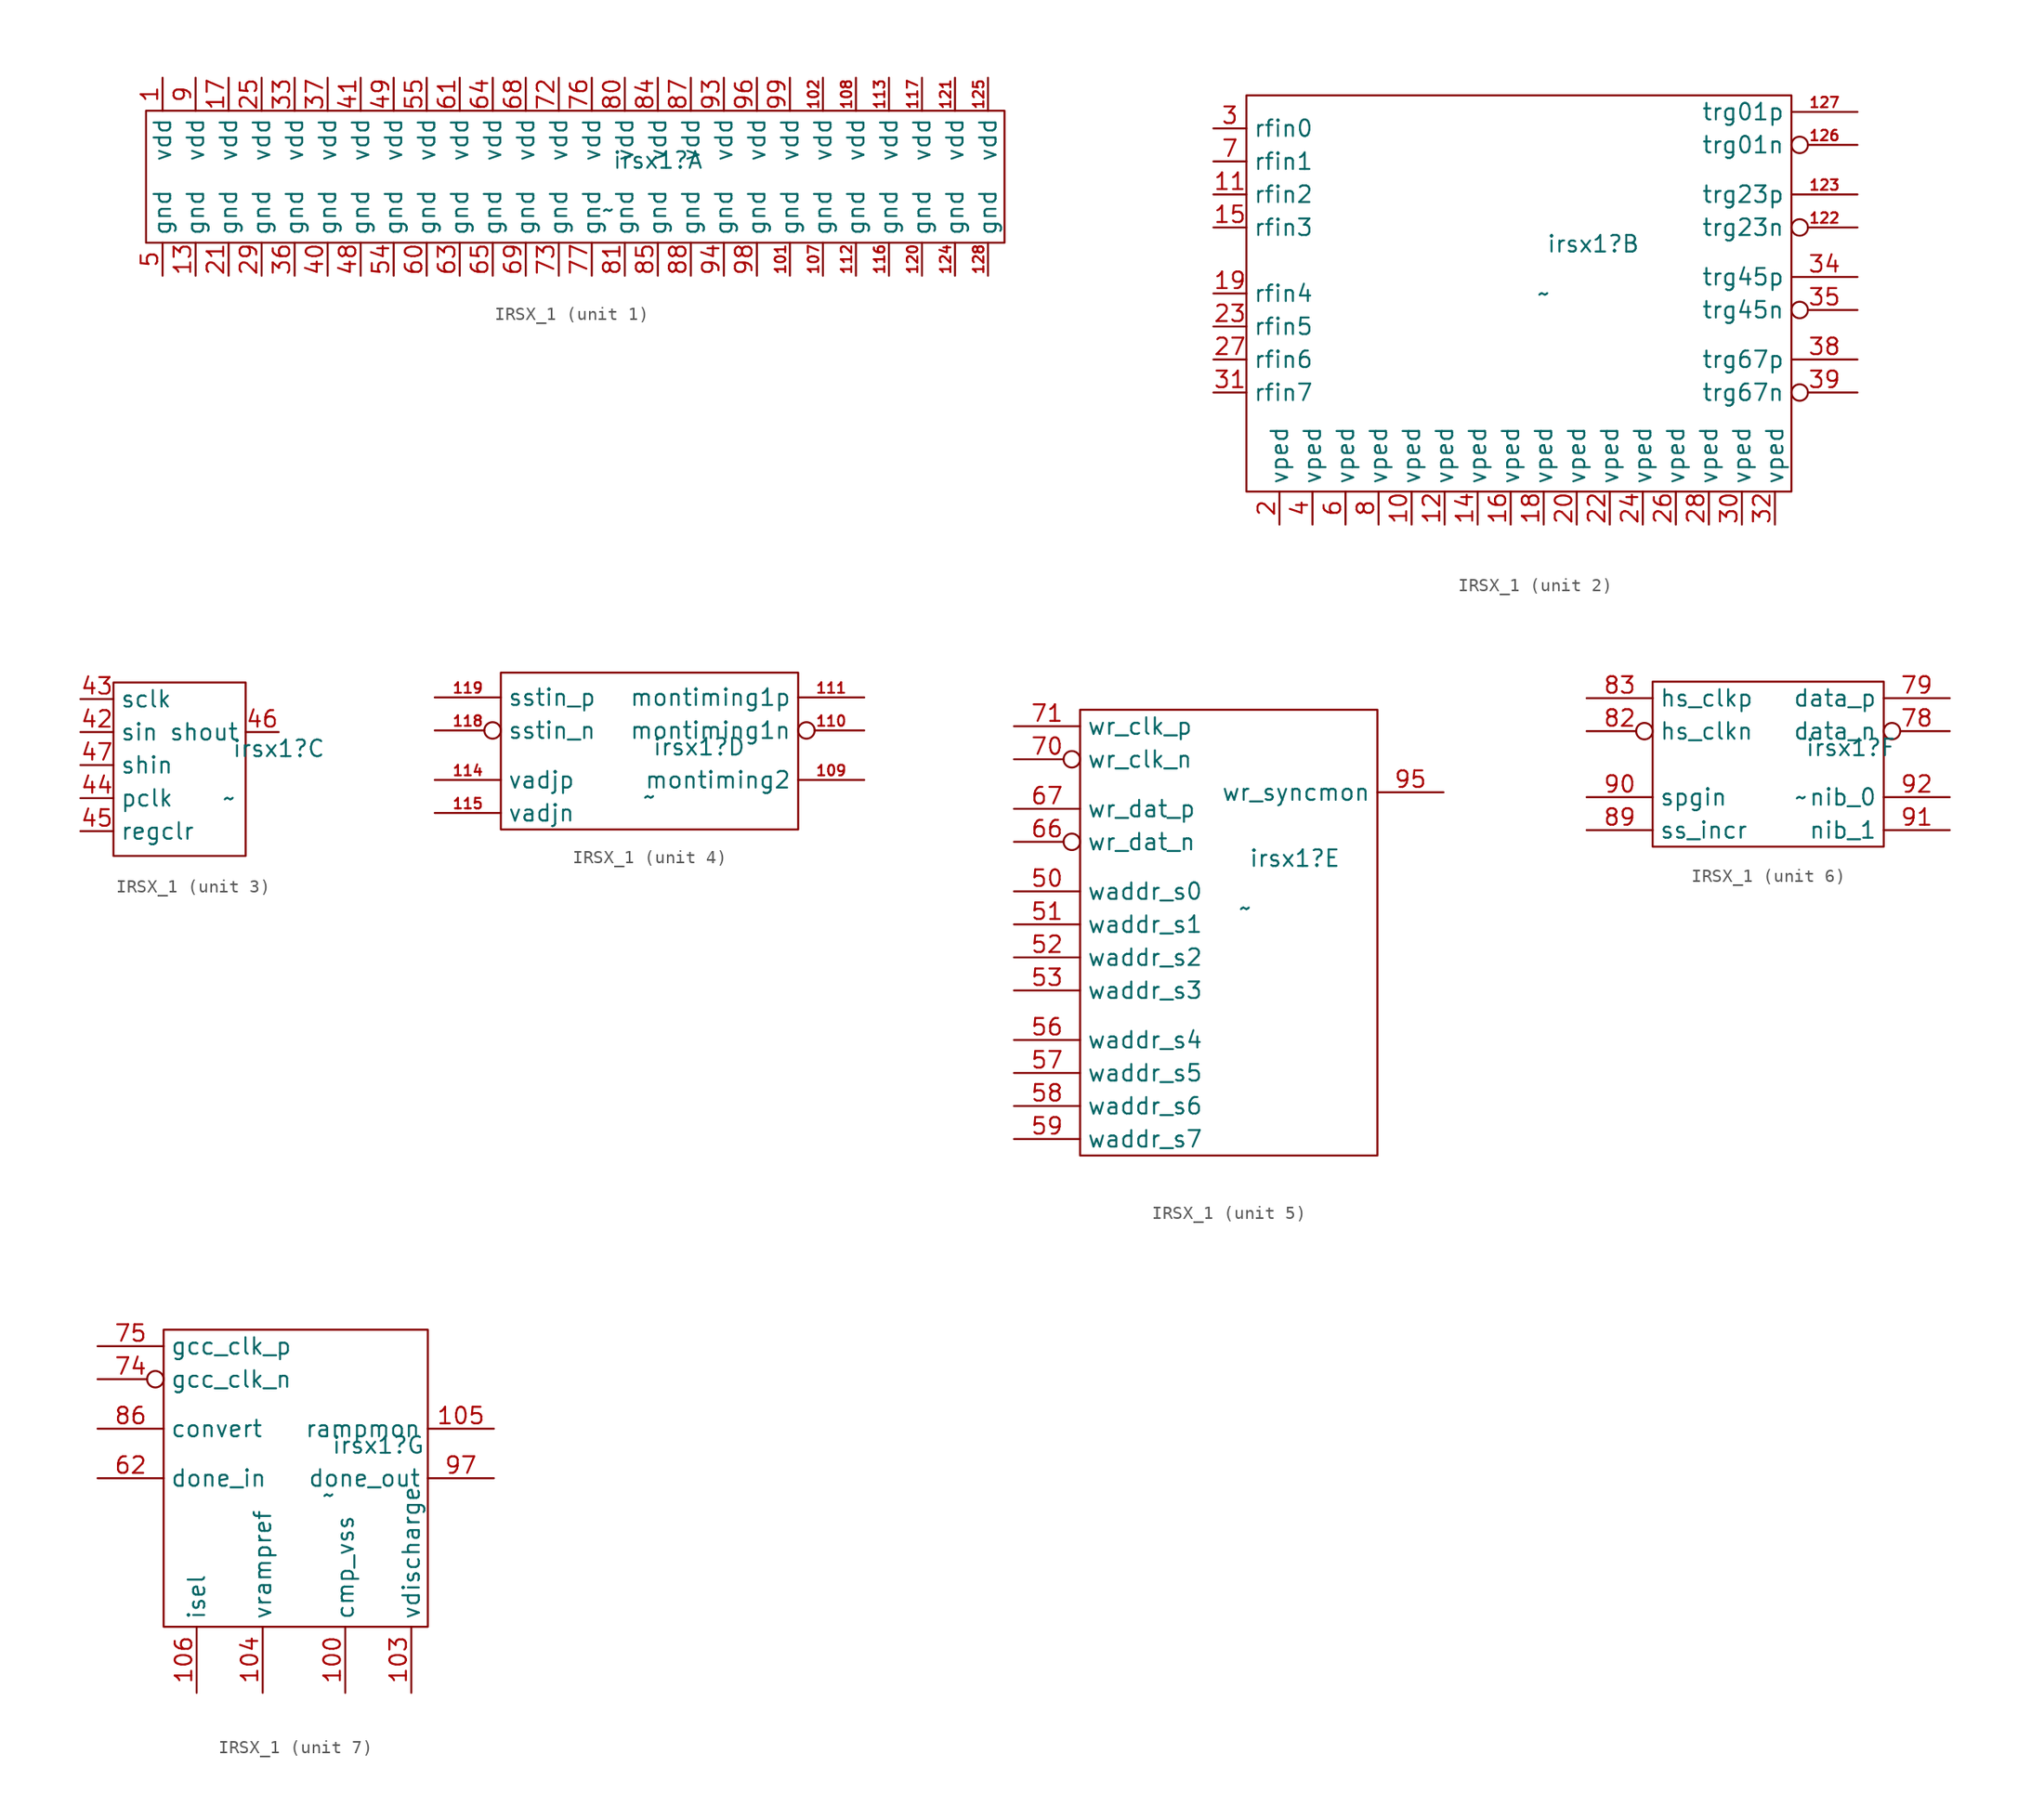
<source format=kicad_sym>
(kicad_symbol_lib
  (version 20241209)
  (generator "kicad_symbol_editor")
  (generator_version "9.0")
  (symbol "IRSX_1"
    (property "Reference" "irsx1"
      (at 6.35 1.27 0)
      (effects (font (size 1.27 1.27))))
    (property "Value" "~"
      (at 2.54 -2.54 0)
      (effects (font (size 1.27 1.27))))
    (property "ki_locked" ""
      (at 0 0 0)
      (effects (font (size 1.27 1.27))))
    (symbol "IRSX_1_1_1"
      (rectangle (start -33.02 5.08) (end 33.02 -5.08) (stroke (width 0) (type default)) (fill (type none)))
      (pin power_in line (at -31.75 7.62 270) (length 2.54) (name "vdd" (effects (font (size 1.27 1.27)))) (number "1" (effects (font (size 1.27 1.27)))))
      (pin power_in line (at -31.75 -7.62 90) (length 2.54) (name "gnd" (effects (font (size 1.27 1.27)))) (number "5" (effects (font (size 1.27 1.27)))))
      (pin power_in line (at -29.21 7.62 270) (length 2.54) (name "vdd" (effects (font (size 1.27 1.27)))) (number "9" (effects (font (size 1.27 1.27)))))
      (pin power_in line (at -29.21 -7.62 90) (length 2.54) (name "gnd" (effects (font (size 1.27 1.27)))) (number "13" (effects (font (size 1.27 1.27)))))
      (pin power_in line (at -26.67 7.62 270) (length 2.54) (name "vdd" (effects (font (size 1.27 1.27)))) (number "17" (effects (font (size 1.27 1.27)))))
      (pin power_in line (at -26.67 -7.62 90) (length 2.54) (name "gnd" (effects (font (size 1.27 1.27)))) (number "21" (effects (font (size 1.27 1.27)))))
      (pin power_in line (at -24.13 7.62 270) (length 2.54) (name "vdd" (effects (font (size 1.27 1.27)))) (number "25" (effects (font (size 1.27 1.27)))))
      (pin power_in line (at -24.13 -7.62 90) (length 2.54) (name "gnd" (effects (font (size 1.27 1.27)))) (number "29" (effects (font (size 1.27 1.27)))))
      (pin power_in line (at -21.59 7.62 270) (length 2.54) (name "vdd" (effects (font (size 1.27 1.27)))) (number "33" (effects (font (size 1.27 1.27)))))
      (pin power_in line (at -21.59 -7.62 90) (length 2.54) (name "gnd" (effects (font (size 1.27 1.27)))) (number "36" (effects (font (size 1.27 1.27)))))
      (pin power_in line (at -19.05 7.62 270) (length 2.54) (name "vdd" (effects (font (size 1.27 1.27)))) (number "37" (effects (font (size 1.27 1.27)))))
      (pin power_in line (at -19.05 -7.62 90) (length 2.54) (name "gnd" (effects (font (size 1.27 1.27)))) (number "40" (effects (font (size 1.27 1.27)))))
      (pin power_in line (at -16.51 7.62 270) (length 2.54) (name "vdd" (effects (font (size 1.27 1.27)))) (number "41" (effects (font (size 1.27 1.27)))))
      (pin power_in line (at -16.51 -7.62 90) (length 2.54) (name "gnd" (effects (font (size 1.27 1.27)))) (number "48" (effects (font (size 1.27 1.27)))))
      (pin power_in line (at -13.97 7.62 270) (length 2.54) (name "vdd" (effects (font (size 1.27 1.27)))) (number "49" (effects (font (size 1.27 1.27)))))
      (pin power_in line (at -13.97 -7.62 90) (length 2.54) (name "gnd" (effects (font (size 1.27 1.27)))) (number "54" (effects (font (size 1.27 1.27)))))
      (pin power_in line (at -11.43 7.62 270) (length 2.54) (name "vdd" (effects (font (size 1.27 1.27)))) (number "55" (effects (font (size 1.27 1.27)))))
      (pin power_in line (at -11.43 -7.62 90) (length 2.54) (name "gnd" (effects (font (size 1.27 1.27)))) (number "60" (effects (font (size 1.27 1.27)))))
      (pin power_in line (at -8.89 7.62 270) (length 2.54) (name "vdd" (effects (font (size 1.27 1.27)))) (number "61" (effects (font (size 1.27 1.27)))))
      (pin power_in line (at -8.89 -7.62 90) (length 2.54) (name "gnd" (effects (font (size 1.27 1.27)))) (number "63" (effects (font (size 1.27 1.27)))))
      (pin power_in line (at -6.35 7.62 270) (length 2.54) (name "vdd" (effects (font (size 1.27 1.27)))) (number "64" (effects (font (size 1.27 1.27)))))
      (pin power_in line (at -6.35 -7.62 90) (length 2.54) (name "gnd" (effects (font (size 1.27 1.27)))) (number "65" (effects (font (size 1.27 1.27)))))
      (pin power_in line (at -3.81 7.62 270) (length 2.54) (name "vdd" (effects (font (size 1.27 1.27)))) (number "68" (effects (font (size 1.27 1.27)))))
      (pin power_in line (at -3.81 -7.62 90) (length 2.54) (name "gnd" (effects (font (size 1.27 1.27)))) (number "69" (effects (font (size 1.27 1.27)))))
      (pin power_in line (at -1.27 7.62 270) (length 2.54) (name "vdd" (effects (font (size 1.27 1.27)))) (number "72" (effects (font (size 1.27 1.27)))))
      (pin power_in line (at -1.27 -7.62 90) (length 2.54) (name "gnd" (effects (font (size 1.27 1.27)))) (number "73" (effects (font (size 1.27 1.27)))))
      (pin power_in line (at 1.27 7.62 270) (length 2.54) (name "vdd" (effects (font (size 1.27 1.27)))) (number "76" (effects (font (size 1.27 1.27)))))
      (pin power_in line (at 1.27 -7.62 90) (length 2.54) (name "gnd" (effects (font (size 1.27 1.27)))) (number "77" (effects (font (size 1.27 1.27)))))
      (pin power_in line (at 3.81 7.62 270) (length 2.54) (name "vdd" (effects (font (size 1.27 1.27)))) (number "80" (effects (font (size 1.27 1.27)))))
      (pin power_in line (at 3.81 -7.62 90) (length 2.54) (name "gnd" (effects (font (size 1.27 1.27)))) (number "81" (effects (font (size 1.27 1.27)))))
      (pin power_in line (at 6.35 7.62 270) (length 2.54) (name "vdd" (effects (font (size 1.27 1.27)))) (number "84" (effects (font (size 1.27 1.27)))))
      (pin power_in line (at 6.35 -7.62 90) (length 2.54) (name "gnd" (effects (font (size 1.27 1.27)))) (number "85" (effects (font (size 1.27 1.27)))))
      (pin power_in line (at 8.89 7.62 270) (length 2.54) (name "vdd" (effects (font (size 1.27 1.27)))) (number "87" (effects (font (size 1.27 1.27)))))
      (pin power_in line (at 8.89 -7.62 90) (length 2.54) (name "gnd" (effects (font (size 1.27 1.27)))) (number "88" (effects (font (size 1.27 1.27)))))
      (pin power_in line (at 11.43 7.62 270) (length 2.54) (name "vdd" (effects (font (size 1.27 1.27)))) (number "93" (effects (font (size 1.27 1.27)))))
      (pin power_in line (at 11.43 -7.62 90) (length 2.54) (name "gnd" (effects (font (size 1.27 1.27)))) (number "94" (effects (font (size 1.27 1.27)))))
      (pin power_in line (at 13.97 7.62 270) (length 2.54) (name "vdd" (effects (font (size 1.27 1.27)))) (number "96" (effects (font (size 1.27 1.27)))))
      (pin power_in line (at 13.97 -7.62 90) (length 2.54) (name "gnd" (effects (font (size 1.27 1.27)))) (number "98" (effects (font (size 1.27 1.27)))))
      (pin power_in line (at 16.51 7.62 270) (length 2.54) (name "vdd" (effects (font (size 1.27 1.27)))) (number "99" (effects (font (size 1.27 1.27)))))
      (pin power_in line (at 16.51 -7.62 90) (length 2.54) (name "gnd" (effects (font (size 1.27 1.27)))) (number "101" (effects (font (size 0.8 0.8)))))
      (pin power_in line (at 19.05 7.62 270) (length 2.54) (name "vdd" (effects (font (size 1.27 1.27)))) (number "102" (effects (font (size 0.8 0.8)))))
      (pin power_in line (at 19.05 -7.62 90) (length 2.54) (name "gnd" (effects (font (size 1.27 1.27)))) (number "107" (effects (font (size 0.8 0.8)))))
      (pin power_in line (at 21.59 7.62 270) (length 2.54) (name "vdd" (effects (font (size 1.27 1.27)))) (number "108" (effects (font (size 0.8 0.8)))))
      (pin power_in line (at 21.59 -7.62 90) (length 2.54) (name "gnd" (effects (font (size 1.27 1.27)))) (number "112" (effects (font (size 0.8 0.8)))))
      (pin power_in line (at 24.13 7.62 270) (length 2.54) (name "vdd" (effects (font (size 1.27 1.27)))) (number "113" (effects (font (size 0.8 0.8)))))
      (pin power_in line (at 24.13 -7.62 90) (length 2.54) (name "gnd" (effects (font (size 1.27 1.27)))) (number "116" (effects (font (size 0.8 0.8)))))
      (pin power_in line (at 26.67 7.62 270) (length 2.54) (name "vdd" (effects (font (size 1.27 1.27)))) (number "117" (effects (font (size 0.8 0.8)))))
      (pin power_in line (at 26.67 -7.62 90) (length 2.54) (name "gnd" (effects (font (size 1.27 1.27)))) (number "120" (effects (font (size 0.8 0.8)))))
      (pin power_in line (at 29.21 7.62 270) (length 2.54) (name "vdd" (effects (font (size 1.27 1.27)))) (number "121" (effects (font (size 0.8 0.8)))))
      (pin power_in line (at 29.21 -7.62 90) (length 2.54) (name "gnd" (effects (font (size 1.27 1.27)))) (number "124" (effects (font (size 0.8 0.8)))))
      (pin power_in line (at 31.75 7.62 270) (length 2.54) (name "vdd" (effects (font (size 1.27 1.27)))) (number "125" (effects (font (size 0.8 0.8)))))
      (pin power_in line (at 31.75 -7.62 90) (length 2.54) (name "gnd" (effects (font (size 1.27 1.27)))) (number "128" (effects (font (size 0.8 0.8))))))
    (symbol "IRSX_1_2_1"
      (rectangle (start -20.32 12.7) (end 21.59 -17.78) (stroke (width 0) (type default)) (fill (type none)))
      (pin input line (at -22.86 10.16 0) (length 2.54) (name "rfin0" (effects (font (size 1.27 1.27)))) (number "3" (effects (font (size 1.27 1.27)))))
      (pin input line (at -22.86 7.62 0) (length 2.54) (name "rfin1" (effects (font (size 1.27 1.27)))) (number "7" (effects (font (size 1.27 1.27)))))
      (pin input line (at -22.86 5.08 0) (length 2.54) (name "rfin2" (effects (font (size 1.27 1.27)))) (number "11" (effects (font (size 1.27 1.27)))))
      (pin input line (at -22.86 2.54 0) (length 2.54) (name "rfin3" (effects (font (size 1.27 1.27)))) (number "15" (effects (font (size 1.27 1.27)))))
      (pin input line (at -22.86 -2.54 0) (length 2.54) (name "rfin4" (effects (font (size 1.27 1.27)))) (number "19" (effects (font (size 1.27 1.27)))))
      (pin input line (at -22.86 -5.08 0) (length 2.54) (name "rfin5" (effects (font (size 1.27 1.27)))) (number "23" (effects (font (size 1.27 1.27)))))
      (pin input line (at -22.86 -7.62 0) (length 2.54) (name "rfin6" (effects (font (size 1.27 1.27)))) (number "27" (effects (font (size 1.27 1.27)))))
      (pin input line (at -22.86 -10.16 0) (length 2.54) (name "rfin7" (effects (font (size 1.27 1.27)))) (number "31" (effects (font (size 1.27 1.27)))))
      (pin input line (at -17.78 -20.32 90) (length 2.54) (name "vped" (effects (font (size 1.27 1.27)))) (number "2" (effects (font (size 1.27 1.27)))))
      (pin input line (at -15.24 -20.32 90) (length 2.54) (name "vped" (effects (font (size 1.27 1.27)))) (number "4" (effects (font (size 1.27 1.27)))))
      (pin input line (at -12.7 -20.32 90) (length 2.54) (name "vped" (effects (font (size 1.27 1.27)))) (number "6" (effects (font (size 1.27 1.27)))))
      (pin input line (at -10.16 -20.32 90) (length 2.54) (name "vped" (effects (font (size 1.27 1.27)))) (number "8" (effects (font (size 1.27 1.27)))))
      (pin input line (at -7.62 -20.32 90) (length 2.54) (name "vped" (effects (font (size 1.27 1.27)))) (number "10" (effects (font (size 1.27 1.27)))))
      (pin input line (at -5.08 -20.32 90) (length 2.54) (name "vped" (effects (font (size 1.27 1.27)))) (number "12" (effects (font (size 1.27 1.27)))))
      (pin input line (at -2.54 -20.32 90) (length 2.54) (name "vped" (effects (font (size 1.27 1.27)))) (number "14" (effects (font (size 1.27 1.27)))))
      (pin input line (at 0 -20.32 90) (length 2.54) (name "vped" (effects (font (size 1.27 1.27)))) (number "16" (effects (font (size 1.27 1.27)))))
      (pin input line (at 2.54 -20.32 90) (length 2.54) (name "vped" (effects (font (size 1.27 1.27)))) (number "18" (effects (font (size 1.27 1.27)))))
      (pin input line (at 5.08 -20.32 90) (length 2.54) (name "vped" (effects (font (size 1.27 1.27)))) (number "20" (effects (font (size 1.27 1.27)))))
      (pin input line (at 7.62 -20.32 90) (length 2.54) (name "vped" (effects (font (size 1.27 1.27)))) (number "22" (effects (font (size 1.27 1.27)))))
      (pin input line (at 10.16 -20.32 90) (length 2.54) (name "vped" (effects (font (size 1.27 1.27)))) (number "24" (effects (font (size 1.27 1.27)))))
      (pin input line (at 12.7 -20.32 90) (length 2.54) (name "vped" (effects (font (size 1.27 1.27)))) (number "26" (effects (font (size 1.27 1.27)))))
      (pin input line (at 15.24 -20.32 90) (length 2.54) (name "vped" (effects (font (size 1.27 1.27)))) (number "28" (effects (font (size 1.27 1.27)))))
      (pin input line (at 17.78 -20.32 90) (length 2.54) (name "vped" (effects (font (size 1.27 1.27)))) (number "30" (effects (font (size 1.27 1.27)))))
      (pin input line (at 20.32 -20.32 90) (length 2.54) (name "vped" (effects (font (size 1.27 1.27)))) (number "32" (effects (font (size 1.27 1.27)))))
      (pin output line (at 26.67 11.43 180) (length 5.08) (name "trg01p" (effects (font (size 1.27 1.27)))) (number "127" (effects (font (size 0.8 0.8)))))
      (pin output inverted (at 26.67 8.89 180) (length 5.08) (name "trg01n" (effects (font (size 1.27 1.27)))) (number "126" (effects (font (size 0.8 0.8)))))
      (pin output line (at 26.67 5.08 180) (length 5.08) (name "trg23p" (effects (font (size 1.27 1.27)))) (number "123" (effects (font (size 0.8 0.8)))))
      (pin output inverted (at 26.67 2.54 180) (length 5.08) (name "trg23n" (effects (font (size 1.27 1.27)))) (number "122" (effects (font (size 0.8 0.8)))))
      (pin output line (at 26.67 -1.27 180) (length 5.08) (name "trg45p" (effects (font (size 1.27 1.27)))) (number "34" (effects (font (size 1.27 1.27)))))
      (pin output inverted (at 26.67 -3.81 180) (length 5.08) (name "trg45n" (effects (font (size 1.27 1.27)))) (number "35" (effects (font (size 1.27 1.27)))))
      (pin output line (at 26.67 -7.62 180) (length 5.08) (name "trg67p" (effects (font (size 1.27 1.27)))) (number "38" (effects (font (size 1.27 1.27)))))
      (pin output inverted (at 26.67 -10.16 180) (length 5.08) (name "trg67n" (effects (font (size 1.27 1.27)))) (number "39" (effects (font (size 1.27 1.27))))))
    (symbol "IRSX_1_3_1"
      (rectangle (start -6.35 6.35) (end 3.81 -6.985) (stroke (width 0) (type default)) (fill (type none)))
      (pin input line (at -8.89 5.08 0) (length 2.54) (name "sclk" (effects (font (size 1.27 1.27)))) (number "43" (effects (font (size 1.27 1.27)))))
      (pin input line (at -8.89 2.54 0) (length 2.54) (name "sin" (effects (font (size 1.27 1.27)))) (number "42" (effects (font (size 1.27 1.27)))))
      (pin input line (at -8.89 0 0) (length 2.54) (name "shin" (effects (font (size 1.27 1.27)))) (number "47" (effects (font (size 1.27 1.27)))))
      (pin input line (at -8.89 -2.54 0) (length 2.54) (name "pclk" (effects (font (size 1.27 1.27)))) (number "44" (effects (font (size 1.27 1.27)))))
      (pin input line (at -8.89 -5.08 0) (length 2.54) (name "regclr" (effects (font (size 1.27 1.27)))) (number "45" (effects (font (size 1.27 1.27)))))
      (pin output line (at 6.35 2.54 180) (length 2.54) (name "shout" (effects (font (size 1.27 1.27)))) (number "46" (effects (font (size 1.27 1.27))))))
    (symbol "IRSX_1_4_1"
      (rectangle (start -8.89 6.985) (end 13.97 -5.08) (stroke (width 0) (type default)) (fill (type none)))
      (pin input line (at -13.97 5.08 0) (length 5.08) (name "sstin_p" (effects (font (size 1.27 1.27)))) (number "119" (effects (font (size 0.8 0.8)))))
      (pin input inverted (at -13.97 2.54 0) (length 5.08) (name "sstin_n" (effects (font (size 1.27 1.27)))) (number "118" (effects (font (size 0.8 0.8)))))
      (pin input line (at -13.97 -1.27 0) (length 5.08) (name "vadjp" (effects (font (size 1.27 1.27)))) (number "114" (effects (font (size 0.8 0.8)))))
      (pin input line (at -13.97 -3.81 0) (length 5.08) (name "vadjn" (effects (font (size 1.27 1.27)))) (number "115" (effects (font (size 0.8 0.8)))))
      (pin output line (at 19.05 5.08 180) (length 5.08) (name "montiming1p" (effects (font (size 1.27 1.27)))) (number "111" (effects (font (size 0.8 0.8)))))
      (pin output inverted (at 19.05 2.54 180) (length 5.08) (name "montiming1n" (effects (font (size 1.27 1.27)))) (number "110" (effects (font (size 0.8 0.8)))))
      (pin output line (at 19.05 -1.27 180) (length 5.08) (name "montiming2" (effects (font (size 1.27 1.27)))) (number "109" (effects (font (size 0.8 0.8))))))
    (symbol "IRSX_1_5_1"
      (rectangle (start -10.16 12.7) (end 12.7 -21.59) (stroke (width 0) (type default)) (fill (type none)))
      (pin input line (at -15.24 11.43 0) (length 5.08) (name "wr_clk_p" (effects (font (size 1.27 1.27)))) (number "71" (effects (font (size 1.27 1.27)))))
      (pin input inverted (at -15.24 8.89 0) (length 5.08) (name "wr_clk_n" (effects (font (size 1.27 1.27)))) (number "70" (effects (font (size 1.27 1.27)))))
      (pin input line (at -15.24 5.08 0) (length 5.08) (name "wr_dat_p" (effects (font (size 1.27 1.27)))) (number "67" (effects (font (size 1.27 1.27)))))
      (pin input inverted (at -15.24 2.54 0) (length 5.08) (name "wr_dat_n" (effects (font (size 1.27 1.27)))) (number "66" (effects (font (size 1.27 1.27)))))
      (pin bidirectional line (at -15.24 -1.27 0) (length 5.08) (name "waddr_s0" (effects (font (size 1.27 1.27)))) (number "50" (effects (font (size 1.27 1.27)))))
      (pin bidirectional line (at -15.24 -3.81 0) (length 5.08) (name "waddr_s1" (effects (font (size 1.27 1.27)))) (number "51" (effects (font (size 1.27 1.27)))))
      (pin bidirectional line (at -15.24 -6.35 0) (length 5.08) (name "waddr_s2" (effects (font (size 1.27 1.27)))) (number "52" (effects (font (size 1.27 1.27)))))
      (pin bidirectional line (at -15.24 -8.89 0) (length 5.08) (name "waddr_s3" (effects (font (size 1.27 1.27)))) (number "53" (effects (font (size 1.27 1.27)))))
      (pin bidirectional line (at -15.24 -12.7 0) (length 5.08) (name "waddr_s4" (effects (font (size 1.27 1.27)))) (number "56" (effects (font (size 1.27 1.27)))))
      (pin bidirectional line (at -15.24 -15.24 0) (length 5.08) (name "waddr_s5" (effects (font (size 1.27 1.27)))) (number "57" (effects (font (size 1.27 1.27)))))
      (pin bidirectional line (at -15.24 -17.78 0) (length 5.08) (name "waddr_s6" (effects (font (size 1.27 1.27)))) (number "58" (effects (font (size 1.27 1.27)))))
      (pin bidirectional line (at -15.24 -20.32 0) (length 5.08) (name "waddr_s7" (effects (font (size 1.27 1.27)))) (number "59" (effects (font (size 1.27 1.27)))))
      (pin output line (at 17.78 6.35 180) (length 5.08) (name "wr_syncmon" (effects (font (size 1.27 1.27)))) (number "95" (effects (font (size 1.27 1.27))))))
    (symbol "IRSX_1_6_1"
      (rectangle (start -8.89 6.35) (end 8.89 -6.35) (stroke (width 0) (type default)) (fill (type none)))
      (pin input line (at -13.97 5.08 0) (length 5.08) (name "hs_clkp" (effects (font (size 1.27 1.27)))) (number "83" (effects (font (size 1.27 1.27)))))
      (pin input inverted (at -13.97 2.54 0) (length 5.08) (name "hs_clkn" (effects (font (size 1.27 1.27)))) (number "82" (effects (font (size 1.27 1.27)))))
      (pin input line (at -13.97 -2.54 0) (length 5.08) (name "spgin" (effects (font (size 1.27 1.27)))) (number "90" (effects (font (size 1.27 1.27)))))
      (pin input line (at -13.97 -5.08 0) (length 5.08) (name "ss_incr" (effects (font (size 1.27 1.27)))) (number "89" (effects (font (size 1.27 1.27)))))
      (pin output line (at 13.97 5.08 180) (length 5.08) (name "data_p" (effects (font (size 1.27 1.27)))) (number "79" (effects (font (size 1.27 1.27)))))
      (pin output inverted (at 13.97 2.54 180) (length 5.08) (name "data_n" (effects (font (size 1.27 1.27)))) (number "78" (effects (font (size 1.27 1.27)))))
      (pin output line (at 13.97 -2.54 180) (length 5.08) (name "nib_0" (effects (font (size 1.27 1.27)))) (number "92" (effects (font (size 1.27 1.27)))))
      (pin output line (at 13.97 -5.08 180) (length 5.08) (name "nib_1" (effects (font (size 1.27 1.27)))) (number "91" (effects (font (size 1.27 1.27))))))
    (symbol "IRSX_1_7_1"
      (rectangle (start -10.16 10.16) (end 10.16 -12.7) (stroke (width 0) (type default)) (fill (type none)))
      (pin input line (at -15.24 8.89 0) (length 5.08) (name "gcc_clk_p" (effects (font (size 1.27 1.27)))) (number "75" (effects (font (size 1.27 1.27)))))
      (pin input inverted (at -15.24 6.35 0) (length 5.08) (name "gcc_clk_n" (effects (font (size 1.27 1.27)))) (number "74" (effects (font (size 1.27 1.27)))))
      (pin input line (at -15.24 2.54 0) (length 5.08) (name "convert" (effects (font (size 1.27 1.27)))) (number "86" (effects (font (size 1.27 1.27)))))
      (pin input line (at -15.24 -1.27 0) (length 5.08) (name "done_in" (effects (font (size 1.27 1.27)))) (number "62" (effects (font (size 1.27 1.27)))))
      (pin open_collector line (at -7.62 -17.78 90) (length 5.08) (name "isel" (effects (font (size 1.27 1.27)))) (number "106" (effects (font (size 1.27 1.27)))))
      (pin output line (at -2.54 -17.78 90) (length 5.08) (name "vrampref" (effects (font (size 1.27 1.27)))) (number "104" (effects (font (size 1.27 1.27)))))
      (pin power_in line (at 3.81 -17.78 90) (length 5.08) (name "cmp_vss" (effects (font (size 1.27 1.27)))) (number "100" (effects (font (size 1.27 1.27)))))
      (pin output line (at 8.89 -17.78 90) (length 5.08) (name "vdischarge" (effects (font (size 1.27 1.27)))) (number "103" (effects (font (size 1.27 1.27)))))
      (pin output line (at 15.24 2.54 180) (length 5.08) (name "rampmon" (effects (font (size 1.27 1.27)))) (number "105" (effects (font (size 1.27 1.27)))))
      (pin output line (at 15.24 -1.27 180) (length 5.08) (name "done_out" (effects (font (size 1.27 1.27)))) (number "97" (effects (font (size 1.27 1.27))))))))
</source>
